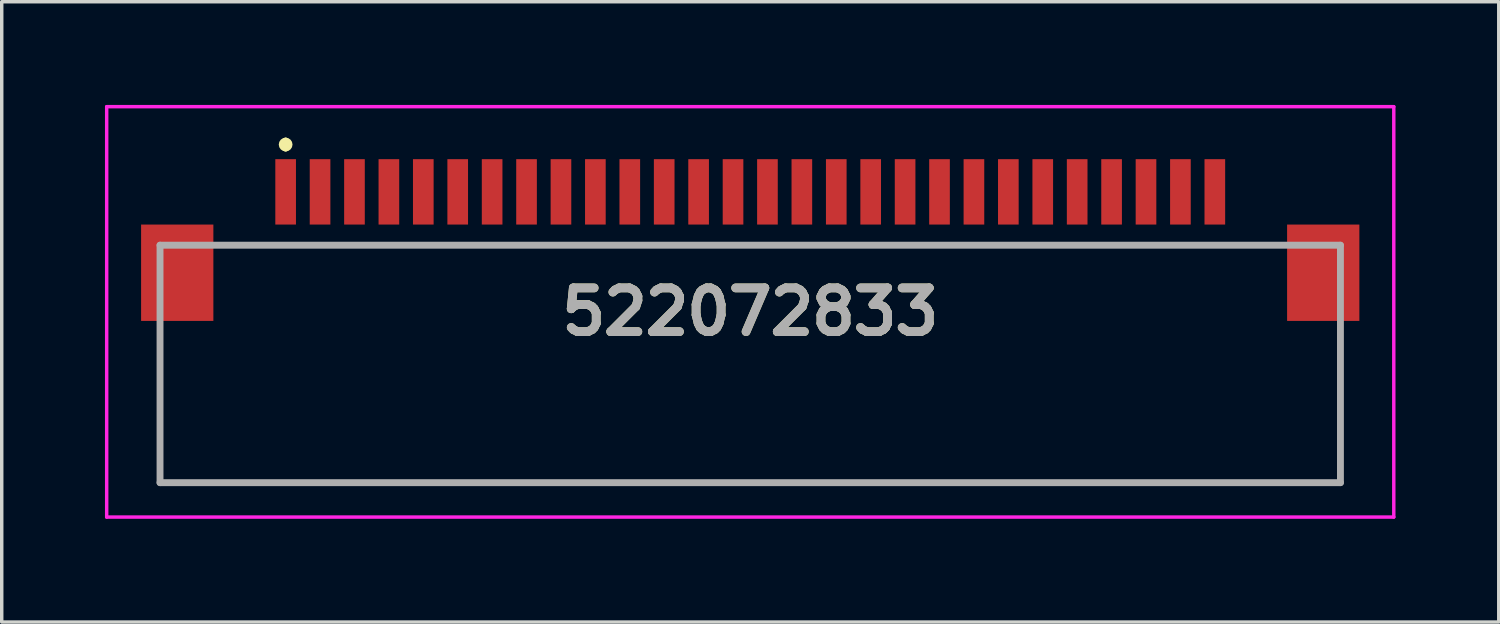
<source format=kicad_pcb>
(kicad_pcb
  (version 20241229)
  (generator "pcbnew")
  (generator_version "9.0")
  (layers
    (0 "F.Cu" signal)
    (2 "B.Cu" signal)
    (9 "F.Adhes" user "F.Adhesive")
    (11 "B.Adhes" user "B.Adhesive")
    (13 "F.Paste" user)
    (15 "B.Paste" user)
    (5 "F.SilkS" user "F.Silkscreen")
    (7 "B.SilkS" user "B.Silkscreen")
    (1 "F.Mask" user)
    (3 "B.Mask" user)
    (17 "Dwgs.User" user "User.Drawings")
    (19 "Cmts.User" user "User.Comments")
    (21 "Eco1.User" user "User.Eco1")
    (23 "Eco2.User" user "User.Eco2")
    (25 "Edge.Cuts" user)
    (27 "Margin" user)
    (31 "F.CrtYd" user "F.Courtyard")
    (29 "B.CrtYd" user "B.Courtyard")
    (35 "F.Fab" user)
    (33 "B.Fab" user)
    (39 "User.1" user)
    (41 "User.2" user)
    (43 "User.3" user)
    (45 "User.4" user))
  (footprint "522072833"
    (layer "F.Cu")
    (at 18.75 6.75)
    (property "Reference" "522072833" (at 0 -0.738 0) (layer "F.SilkS") (effects (font (size 1.27 1.27) (thickness 0.254))))
    (attr smd)
    (fp_line (start -17.15 0) (end -17.15 4.225) (stroke (width 0.1) (type solid)) (layer "F.SilkS"))
    (fp_line (start -17.15 4.225) (end 17.15 4.225) (stroke (width 0.1) (type solid)) (layer "F.SilkS"))
    (fp_line (start -13.5 -5.7) (end -13.5 -5.7) (stroke (width 0.2) (type solid)) (layer "F.SilkS"))
    (fp_line (start -13.5 -5.5) (end -13.5 -5.5) (stroke (width 0.2) (type solid)) (layer "F.SilkS"))
    (fp_line (start 17.15 4.225) (end 17.15 0) (stroke (width 0.1) (type solid)) (layer "F.SilkS"))
    (fp_arc (start -13.5 -5.7) (mid -13.4 -5.6) (end -13.5 -5.5) (stroke (width 0.2) (type solid)) (layer "F.SilkS"))
    (fp_arc (start -13.5 -5.5) (mid -13.6 -5.6) (end -13.5 -5.7) (stroke (width 0.2) (type solid)) (layer "F.SilkS"))
    (fp_line (start -18.7 -6.7) (end 18.7 -6.7) (stroke (width 0.1) (type solid)) (layer "F.CrtYd"))
    (fp_line (start -18.7 5.225) (end -18.7 -6.7) (stroke (width 0.1) (type solid)) (layer "F.CrtYd"))
    (fp_line (start 18.7 -6.7) (end 18.7 5.225) (stroke (width 0.1) (type solid)) (layer "F.CrtYd"))
    (fp_line (start 18.7 5.225) (end -18.7 5.225) (stroke (width 0.1) (type solid)) (layer "F.CrtYd"))
    (fp_line (start -17.15 -2.675) (end 17.15 -2.675) (stroke (width 0.2) (type solid)) (layer "F.Fab"))
    (fp_line (start -17.15 4.225) (end -17.15 -2.675) (stroke (width 0.2) (type solid)) (layer "F.Fab"))
    (fp_line (start 17.15 -2.675) (end 17.15 4.225) (stroke (width 0.2) (type solid)) (layer "F.Fab"))
    (fp_line (start 17.15 4.225) (end -17.15 4.225) (stroke (width 0.2) (type solid)) (layer "F.Fab"))
    (fp_text user "${REFERENCE}" (at 0 -0.738 0) (layer "F.Fab") (effects (font (size 1.27 1.27) (thickness 0.254))))
    (pad "1" smd rect (at -13.5 -4.225) (size 0.6 1.9) (layers "F.Cu" "F.Mask" "F.Paste"))
    (pad "2" smd rect (at -12.5 -4.225) (size 0.6 1.9) (layers "F.Cu" "F.Mask" "F.Paste"))
    (pad "3" smd rect (at -11.5 -4.225) (size 0.6 1.9) (layers "F.Cu" "F.Mask" "F.Paste"))
    (pad "4" smd rect (at -10.5 -4.225) (size 0.6 1.9) (layers "F.Cu" "F.Mask" "F.Paste"))
    (pad "5" smd rect (at -9.5 -4.225) (size 0.6 1.9) (layers "F.Cu" "F.Mask" "F.Paste"))
    (pad "6" smd rect (at -8.5 -4.225) (size 0.6 1.9) (layers "F.Cu" "F.Mask" "F.Paste"))
    (pad "7" smd rect (at -7.5 -4.225) (size 0.6 1.9) (layers "F.Cu" "F.Mask" "F.Paste"))
    (pad "8" smd rect (at -6.5 -4.225) (size 0.6 1.9) (layers "F.Cu" "F.Mask" "F.Paste"))
    (pad "9" smd rect (at -5.5 -4.225) (size 0.6 1.9) (layers "F.Cu" "F.Mask" "F.Paste"))
    (pad "10" smd rect (at -4.5 -4.225) (size 0.6 1.9) (layers "F.Cu" "F.Mask" "F.Paste"))
    (pad "11" smd rect (at -3.5 -4.225) (size 0.6 1.9) (layers "F.Cu" "F.Mask" "F.Paste"))
    (pad "12" smd rect (at -2.5 -4.225) (size 0.6 1.9) (layers "F.Cu" "F.Mask" "F.Paste"))
    (pad "13" smd rect (at -1.5 -4.225) (size 0.6 1.9) (layers "F.Cu" "F.Mask" "F.Paste"))
    (pad "14" smd rect (at -0.5 -4.225) (size 0.6 1.9) (layers "F.Cu" "F.Mask" "F.Paste"))
    (pad "15" smd rect (at 0.5 -4.225) (size 0.6 1.9) (layers "F.Cu" "F.Mask" "F.Paste"))
    (pad "16" smd rect (at 1.5 -4.225) (size 0.6 1.9) (layers "F.Cu" "F.Mask" "F.Paste"))
    (pad "17" smd rect (at 2.5 -4.225) (size 0.6 1.9) (layers "F.Cu" "F.Mask" "F.Paste"))
    (pad "18" smd rect (at 3.5 -4.225) (size 0.6 1.9) (layers "F.Cu" "F.Mask" "F.Paste"))
    (pad "19" smd rect (at 4.5 -4.225) (size 0.6 1.9) (layers "F.Cu" "F.Mask" "F.Paste"))
    (pad "20" smd rect (at 5.5 -4.225) (size 0.6 1.9) (layers "F.Cu" "F.Mask" "F.Paste"))
    (pad "21" smd rect (at 6.5 -4.225) (size 0.6 1.9) (layers "F.Cu" "F.Mask" "F.Paste"))
    (pad "22" smd rect (at 7.5 -4.225) (size 0.6 1.9) (layers "F.Cu" "F.Mask" "F.Paste"))
    (pad "23" smd rect (at 8.5 -4.225) (size 0.6 1.9) (layers "F.Cu" "F.Mask" "F.Paste"))
    (pad "24" smd rect (at 9.5 -4.225) (size 0.6 1.9) (layers "F.Cu" "F.Mask" "F.Paste"))
    (pad "25" smd rect (at 10.5 -4.225) (size 0.6 1.9) (layers "F.Cu" "F.Mask" "F.Paste"))
    (pad "26" smd rect (at 11.5 -4.225) (size 0.6 1.9) (layers "F.Cu" "F.Mask" "F.Paste"))
    (pad "27" smd rect (at 12.5 -4.225) (size 0.6 1.9) (layers "F.Cu" "F.Mask" "F.Paste"))
    (pad "28" smd rect (at 13.5 -4.225) (size 0.6 1.9) (layers "F.Cu" "F.Mask" "F.Paste"))
    (pad "MP1" smd rect (at 16.65 -1.875) (size 2.1 2.8) (layers "F.Cu" "F.Mask" "F.Paste"))
    (pad "MP2" smd rect (at -16.65 -1.875) (size 2.1 2.8) (layers "F.Cu" "F.Mask" "F.Paste")))
  (gr_rect
    (start -3 -3)
    (end 40.5 15.025)
    (stroke (width 0.1) (type default))
    (fill no)
    (layer "Edge.Cuts")))
</source>
